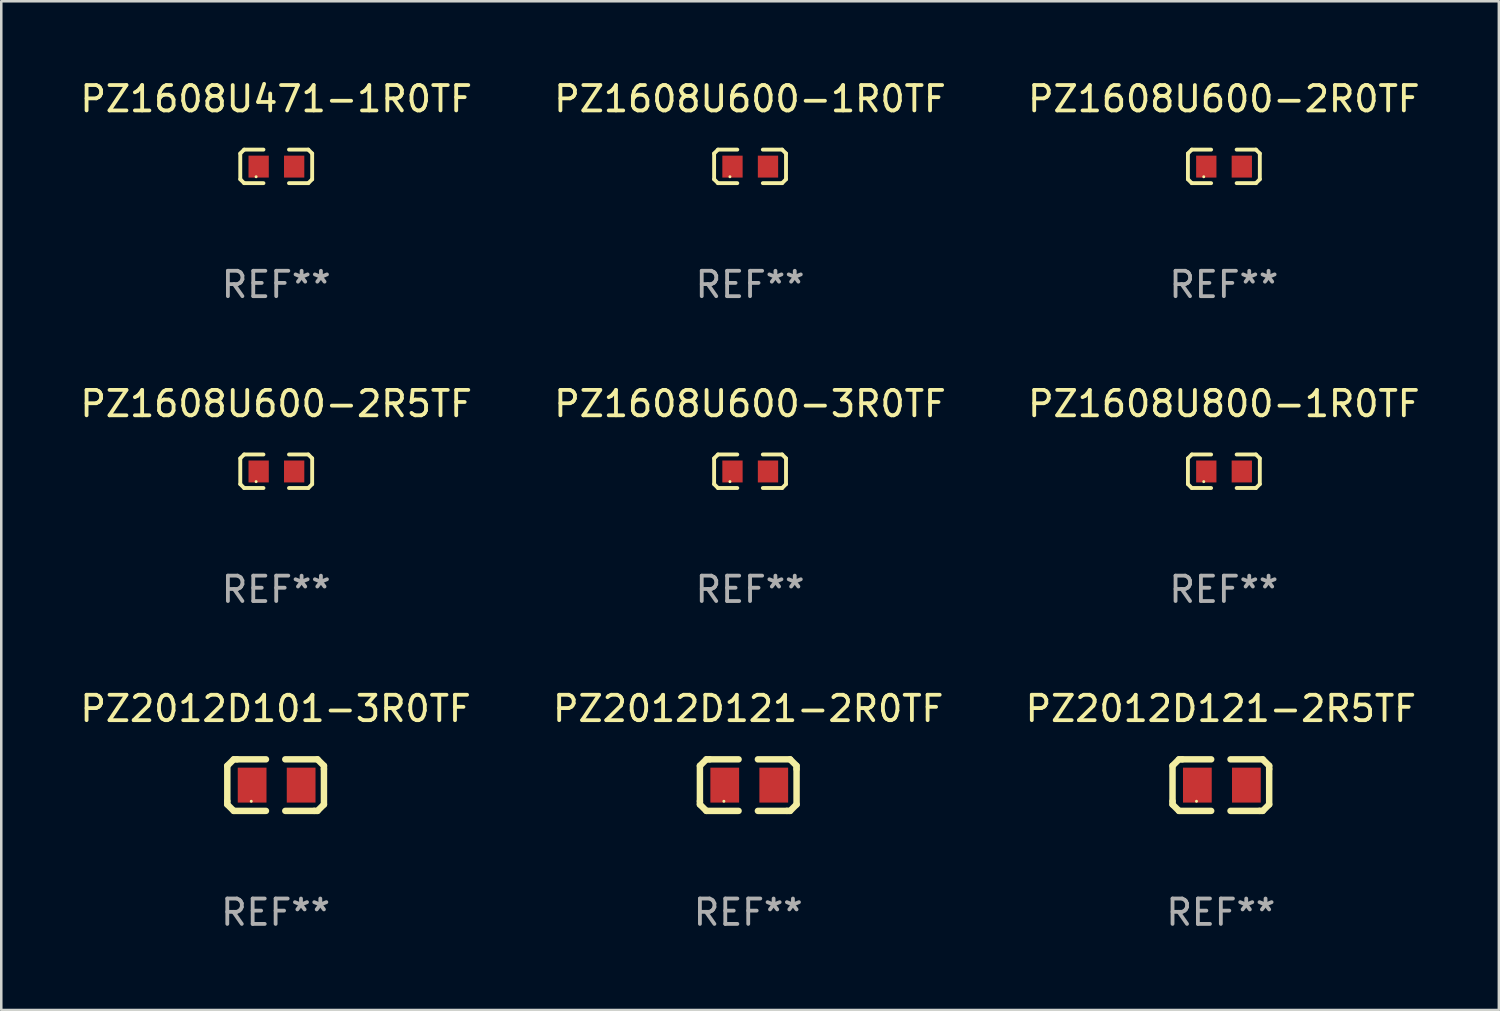
<source format=kicad_pcb>
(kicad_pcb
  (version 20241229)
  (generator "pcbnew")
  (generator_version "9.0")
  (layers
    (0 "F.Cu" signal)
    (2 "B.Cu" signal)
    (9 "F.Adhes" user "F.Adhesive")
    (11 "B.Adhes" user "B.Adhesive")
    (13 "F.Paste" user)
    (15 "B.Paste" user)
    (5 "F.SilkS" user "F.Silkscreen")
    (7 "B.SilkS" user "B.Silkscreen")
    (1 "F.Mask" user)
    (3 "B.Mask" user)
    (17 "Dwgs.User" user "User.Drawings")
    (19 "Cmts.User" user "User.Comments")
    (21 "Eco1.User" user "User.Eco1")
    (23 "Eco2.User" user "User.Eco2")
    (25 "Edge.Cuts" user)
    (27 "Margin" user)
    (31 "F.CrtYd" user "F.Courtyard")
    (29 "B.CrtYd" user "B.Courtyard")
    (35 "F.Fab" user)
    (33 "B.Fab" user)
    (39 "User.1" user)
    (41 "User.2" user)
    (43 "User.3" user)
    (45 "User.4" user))
  (footprint "PZ1608U600-1R0TF"
    (layer "F.Cu")
    (at 26.518 3.509)
    (property "Reference" "PZ1608U600-1R0TF" (at 0 -2.661 0) (layer "F.SilkS") (effects (font (size 1 1) (thickness 0.15))))
    (attr through_hole)
    (fp_line (start -1.417 -0.508) (end -1.265 -0.661) (stroke (width 0.152) (type solid)) (layer "F.SilkS"))
    (fp_line (start -1.417 0.508) (end -1.417 -0.508) (stroke (width 0.152) (type solid)) (layer "F.SilkS"))
    (fp_line (start -1.265 -0.661) (end -0.503 -0.661) (stroke (width 0.152) (type solid)) (layer "F.SilkS"))
    (fp_line (start -1.265 0.661) (end -1.417 0.508) (stroke (width 0.152) (type solid)) (layer "F.SilkS"))
    (fp_line (start -1.265 0.661) (end -0.503 0.661) (stroke (width 0.152) (type solid)) (layer "F.SilkS"))
    (fp_line (start 1.265 -0.661) (end 0.503 -0.661) (stroke (width 0.152) (type solid)) (layer "F.SilkS"))
    (fp_line (start 1.265 -0.661) (end 1.417 -0.508) (stroke (width 0.152) (type solid)) (layer "F.SilkS"))
    (fp_line (start 1.265 0.661) (end 0.503 0.661) (stroke (width 0.152) (type solid)) (layer "F.SilkS"))
    (fp_line (start 1.417 -0.508) (end 1.417 0.508) (stroke (width 0.152) (type solid)) (layer "F.SilkS"))
    (fp_line (start 1.417 0.508) (end 1.265 0.661) (stroke (width 0.152) (type solid)) (layer "F.SilkS"))
    (fp_circle (center -0.793 0.409) (end -0.763 0.409) (stroke (width 0.06) (type solid)) (fill no) (layer "F.SilkS"))
    (fp_text user "REF**" (at 0 4.661 0) (layer "F.Fab") (effects (font (size 1 1) (thickness 0.15))))
    (pad "1" smd rect (at -0.693 0.009 180) (size 0.8 0.864) (layers "F.Cu" "F.Mask" "F.Paste"))
    (pad "2" smd rect (at 0.707 0.009 180) (size 0.8 0.864) (layers "F.Cu" "F.Mask" "F.Paste")))
  (footprint "PZ1608U600-2R0TF"
    (layer "F.Cu")
    (at 45.196 3.509)
    (property "Reference" "PZ1608U600-2R0TF" (at 0 -2.661 0) (layer "F.SilkS") (effects (font (size 1 1) (thickness 0.15))))
    (attr through_hole)
    (fp_line (start -1.417 -0.508) (end -1.265 -0.661) (stroke (width 0.152) (type solid)) (layer "F.SilkS"))
    (fp_line (start -1.417 0.508) (end -1.417 -0.508) (stroke (width 0.152) (type solid)) (layer "F.SilkS"))
    (fp_line (start -1.265 -0.661) (end -0.503 -0.661) (stroke (width 0.152) (type solid)) (layer "F.SilkS"))
    (fp_line (start -1.265 0.661) (end -1.417 0.508) (stroke (width 0.152) (type solid)) (layer "F.SilkS"))
    (fp_line (start -1.265 0.661) (end -0.503 0.661) (stroke (width 0.152) (type solid)) (layer "F.SilkS"))
    (fp_line (start 1.265 -0.661) (end 0.503 -0.661) (stroke (width 0.152) (type solid)) (layer "F.SilkS"))
    (fp_line (start 1.265 -0.661) (end 1.417 -0.508) (stroke (width 0.152) (type solid)) (layer "F.SilkS"))
    (fp_line (start 1.265 0.661) (end 0.503 0.661) (stroke (width 0.152) (type solid)) (layer "F.SilkS"))
    (fp_line (start 1.417 -0.508) (end 1.417 0.508) (stroke (width 0.152) (type solid)) (layer "F.SilkS"))
    (fp_line (start 1.417 0.508) (end 1.265 0.661) (stroke (width 0.152) (type solid)) (layer "F.SilkS"))
    (fp_circle (center -0.793 0.409) (end -0.763 0.409) (stroke (width 0.06) (type solid)) (fill no) (layer "F.SilkS"))
    (fp_text user "REF**" (at 0 4.661 0) (layer "F.Fab") (effects (font (size 1 1) (thickness 0.15))))
    (pad "1" smd rect (at -0.693 0.009 180) (size 0.8 0.864) (layers "F.Cu" "F.Mask" "F.Paste"))
    (pad "2" smd rect (at 0.707 0.009 180) (size 0.8 0.864) (layers "F.Cu" "F.Mask" "F.Paste")))
  (footprint "PZ1608U600-2R5TF"
    (layer "F.Cu")
    (at 7.839 15.527)
    (property "Reference" "PZ1608U600-2R5TF" (at 0 -2.661 0) (layer "F.SilkS") (effects (font (size 1 1) (thickness 0.15))))
    (attr through_hole)
    (fp_line (start -1.417 -0.508) (end -1.265 -0.661) (stroke (width 0.152) (type solid)) (layer "F.SilkS"))
    (fp_line (start -1.417 0.508) (end -1.417 -0.508) (stroke (width 0.152) (type solid)) (layer "F.SilkS"))
    (fp_line (start -1.265 -0.661) (end -0.503 -0.661) (stroke (width 0.152) (type solid)) (layer "F.SilkS"))
    (fp_line (start -1.265 0.661) (end -1.417 0.508) (stroke (width 0.152) (type solid)) (layer "F.SilkS"))
    (fp_line (start -1.265 0.661) (end -0.503 0.661) (stroke (width 0.152) (type solid)) (layer "F.SilkS"))
    (fp_line (start 1.265 -0.661) (end 0.503 -0.661) (stroke (width 0.152) (type solid)) (layer "F.SilkS"))
    (fp_line (start 1.265 -0.661) (end 1.417 -0.508) (stroke (width 0.152) (type solid)) (layer "F.SilkS"))
    (fp_line (start 1.265 0.661) (end 0.503 0.661) (stroke (width 0.152) (type solid)) (layer "F.SilkS"))
    (fp_line (start 1.417 -0.508) (end 1.417 0.508) (stroke (width 0.152) (type solid)) (layer "F.SilkS"))
    (fp_line (start 1.417 0.508) (end 1.265 0.661) (stroke (width 0.152) (type solid)) (layer "F.SilkS"))
    (fp_circle (center -0.793 0.409) (end -0.763 0.409) (stroke (width 0.06) (type solid)) (fill no) (layer "F.SilkS"))
    (fp_text user "REF**" (at 0 4.661 0) (layer "F.Fab") (effects (font (size 1 1) (thickness 0.15))))
    (pad "1" smd rect (at -0.693 0.009 180) (size 0.8 0.864) (layers "F.Cu" "F.Mask" "F.Paste"))
    (pad "2" smd rect (at 0.707 0.009 180) (size 0.8 0.864) (layers "F.Cu" "F.Mask" "F.Paste")))
  (footprint "PZ2012D121-2R5TF"
    (layer "F.Cu")
    (at 45.077 27.9)
    (property "Reference" "PZ2012D121-2R5TF" (at 0 -3.016 0) (layer "F.SilkS") (effects (font (size 1 1) (thickness 0.15))))
    (attr through_hole)
    (fp_line (start -1.905 -0.762) (end -1.905 0.635) (stroke (width 0.254) (type solid)) (layer "F.SilkS"))
    (fp_line (start -1.905 0.635) (end -1.905 0.762) (stroke (width 0.254) (type solid)) (layer "F.SilkS"))
    (fp_line (start -1.905 0.762) (end -1.651 1.016) (stroke (width 0.254) (type solid)) (layer "F.SilkS"))
    (fp_line (start -1.651 -1.016) (end -1.905 -0.762) (stroke (width 0.254) (type solid)) (layer "F.SilkS"))
    (fp_line (start -1.651 1.016) (end -0.381 1.016) (stroke (width 0.254) (type solid)) (layer "F.SilkS"))
    (fp_line (start -1.524 -1.016) (end -1.651 -1.016) (stroke (width 0.254) (type solid)) (layer "F.SilkS"))
    (fp_line (start -0.381 -1.016) (end -1.524 -1.016) (stroke (width 0.254) (type solid)) (layer "F.SilkS"))
    (fp_line (start 0.381 1.016) (end 1.524 1.016) (stroke (width 0.254) (type solid)) (layer "F.SilkS"))
    (fp_line (start 1.524 1.016) (end 1.651 1.016) (stroke (width 0.254) (type solid)) (layer "F.SilkS"))
    (fp_line (start 1.651 -1.016) (end 0.381 -1.016) (stroke (width 0.254) (type solid)) (layer "F.SilkS"))
    (fp_line (start 1.651 1.016) (end 1.905 0.762) (stroke (width 0.254) (type solid)) (layer "F.SilkS"))
    (fp_line (start 1.905 -0.762) (end 1.651 -1.016) (stroke (width 0.254) (type solid)) (layer "F.SilkS"))
    (fp_line (start 1.905 -0.635) (end 1.905 -0.762) (stroke (width 0.254) (type solid)) (layer "F.SilkS"))
    (fp_line (start 1.905 0.762) (end 1.905 -0.635) (stroke (width 0.254) (type solid)) (layer "F.SilkS"))
    (fp_circle (center -0.96 0.637) (end -0.93 0.637) (stroke (width 0.06) (type solid)) (fill no) (layer "F.SilkS"))
    (fp_text user "REF**" (at 0 5.016 0) (layer "F.Fab") (effects (font (size 1 1) (thickness 0.15))))
    (pad "1" smd rect (at -0.926 -0.000051) (size 1.133 1.377) (layers "F.Cu" "F.Mask" "F.Paste"))
    (pad "2" smd rect (at 1.006 -0.000051) (size 1.133 1.377) (layers "F.Cu" "F.Mask" "F.Paste")))
  (footprint "PZ1608U600-3R0TF"
    (layer "F.Cu")
    (at 26.518 15.527)
    (property "Reference" "PZ1608U600-3R0TF" (at 0 -2.661 0) (layer "F.SilkS") (effects (font (size 1 1) (thickness 0.15))))
    (attr through_hole)
    (fp_line (start -1.417 -0.508) (end -1.265 -0.661) (stroke (width 0.152) (type solid)) (layer "F.SilkS"))
    (fp_line (start -1.417 0.508) (end -1.417 -0.508) (stroke (width 0.152) (type solid)) (layer "F.SilkS"))
    (fp_line (start -1.265 -0.661) (end -0.503 -0.661) (stroke (width 0.152) (type solid)) (layer "F.SilkS"))
    (fp_line (start -1.265 0.661) (end -1.417 0.508) (stroke (width 0.152) (type solid)) (layer "F.SilkS"))
    (fp_line (start -1.265 0.661) (end -0.503 0.661) (stroke (width 0.152) (type solid)) (layer "F.SilkS"))
    (fp_line (start 1.265 -0.661) (end 0.503 -0.661) (stroke (width 0.152) (type solid)) (layer "F.SilkS"))
    (fp_line (start 1.265 -0.661) (end 1.417 -0.508) (stroke (width 0.152) (type solid)) (layer "F.SilkS"))
    (fp_line (start 1.265 0.661) (end 0.503 0.661) (stroke (width 0.152) (type solid)) (layer "F.SilkS"))
    (fp_line (start 1.417 -0.508) (end 1.417 0.508) (stroke (width 0.152) (type solid)) (layer "F.SilkS"))
    (fp_line (start 1.417 0.508) (end 1.265 0.661) (stroke (width 0.152) (type solid)) (layer "F.SilkS"))
    (fp_circle (center -0.793 0.409) (end -0.763 0.409) (stroke (width 0.06) (type solid)) (fill no) (layer "F.SilkS"))
    (fp_text user "REF**" (at 0 4.661 0) (layer "F.Fab") (effects (font (size 1 1) (thickness 0.15))))
    (pad "1" smd rect (at -0.693 0.009 180) (size 0.8 0.864) (layers "F.Cu" "F.Mask" "F.Paste"))
    (pad "2" smd rect (at 0.707 0.009 180) (size 0.8 0.864) (layers "F.Cu" "F.Mask" "F.Paste")))
  (footprint "PZ1608U471-1R0TF"
    (layer "F.Cu")
    (at 7.839 3.509)
    (property "Reference" "PZ1608U471-1R0TF" (at 0 -2.661 0) (layer "F.SilkS") (effects (font (size 1 1) (thickness 0.15))))
    (attr through_hole)
    (fp_line (start -1.417 -0.508) (end -1.265 -0.661) (stroke (width 0.152) (type solid)) (layer "F.SilkS"))
    (fp_line (start -1.417 0.508) (end -1.417 -0.508) (stroke (width 0.152) (type solid)) (layer "F.SilkS"))
    (fp_line (start -1.265 -0.661) (end -0.503 -0.661) (stroke (width 0.152) (type solid)) (layer "F.SilkS"))
    (fp_line (start -1.265 0.661) (end -1.417 0.508) (stroke (width 0.152) (type solid)) (layer "F.SilkS"))
    (fp_line (start -1.265 0.661) (end -0.503 0.661) (stroke (width 0.152) (type solid)) (layer "F.SilkS"))
    (fp_line (start 1.265 -0.661) (end 0.503 -0.661) (stroke (width 0.152) (type solid)) (layer "F.SilkS"))
    (fp_line (start 1.265 -0.661) (end 1.417 -0.508) (stroke (width 0.152) (type solid)) (layer "F.SilkS"))
    (fp_line (start 1.265 0.661) (end 0.503 0.661) (stroke (width 0.152) (type solid)) (layer "F.SilkS"))
    (fp_line (start 1.417 -0.508) (end 1.417 0.508) (stroke (width 0.152) (type solid)) (layer "F.SilkS"))
    (fp_line (start 1.417 0.508) (end 1.265 0.661) (stroke (width 0.152) (type solid)) (layer "F.SilkS"))
    (fp_circle (center -0.793 0.409) (end -0.763 0.409) (stroke (width 0.06) (type solid)) (fill no) (layer "F.SilkS"))
    (fp_text user "REF**" (at 0 4.661 0) (layer "F.Fab") (effects (font (size 1 1) (thickness 0.15))))
    (pad "1" smd rect (at -0.693 0.009 180) (size 0.8 0.864) (layers "F.Cu" "F.Mask" "F.Paste"))
    (pad "2" smd rect (at 0.707 0.009 180) (size 0.8 0.864) (layers "F.Cu" "F.Mask" "F.Paste")))
  (footprint "PZ2012D101-3R0TF"
    (layer "F.Cu")
    (at 7.815 27.9)
    (property "Reference" "PZ2012D101-3R0TF" (at 0 -3.016 0) (layer "F.SilkS") (effects (font (size 1 1) (thickness 0.15))))
    (attr through_hole)
    (fp_line (start -1.905 -0.762) (end -1.905 0.635) (stroke (width 0.254) (type solid)) (layer "F.SilkS"))
    (fp_line (start -1.905 0.635) (end -1.905 0.762) (stroke (width 0.254) (type solid)) (layer "F.SilkS"))
    (fp_line (start -1.905 0.762) (end -1.651 1.016) (stroke (width 0.254) (type solid)) (layer "F.SilkS"))
    (fp_line (start -1.651 -1.016) (end -1.905 -0.762) (stroke (width 0.254) (type solid)) (layer "F.SilkS"))
    (fp_line (start -1.651 1.016) (end -0.381 1.016) (stroke (width 0.254) (type solid)) (layer "F.SilkS"))
    (fp_line (start -1.524 -1.016) (end -1.651 -1.016) (stroke (width 0.254) (type solid)) (layer "F.SilkS"))
    (fp_line (start -0.381 -1.016) (end -1.524 -1.016) (stroke (width 0.254) (type solid)) (layer "F.SilkS"))
    (fp_line (start 0.381 1.016) (end 1.524 1.016) (stroke (width 0.254) (type solid)) (layer "F.SilkS"))
    (fp_line (start 1.524 1.016) (end 1.651 1.016) (stroke (width 0.254) (type solid)) (layer "F.SilkS"))
    (fp_line (start 1.651 -1.016) (end 0.381 -1.016) (stroke (width 0.254) (type solid)) (layer "F.SilkS"))
    (fp_line (start 1.651 1.016) (end 1.905 0.762) (stroke (width 0.254) (type solid)) (layer "F.SilkS"))
    (fp_line (start 1.905 -0.762) (end 1.651 -1.016) (stroke (width 0.254) (type solid)) (layer "F.SilkS"))
    (fp_line (start 1.905 -0.635) (end 1.905 -0.762) (stroke (width 0.254) (type solid)) (layer "F.SilkS"))
    (fp_line (start 1.905 0.762) (end 1.905 -0.635) (stroke (width 0.254) (type solid)) (layer "F.SilkS"))
    (fp_circle (center -0.96 0.637) (end -0.93 0.637) (stroke (width 0.06) (type solid)) (fill no) (layer "F.SilkS"))
    (fp_text user "REF**" (at 0 5.016 0) (layer "F.Fab") (effects (font (size 1 1) (thickness 0.15))))
    (pad "1" smd rect (at -0.926 -0.000051) (size 1.133 1.377) (layers "F.Cu" "F.Mask" "F.Paste"))
    (pad "2" smd rect (at 1.006 -0.000051) (size 1.133 1.377) (layers "F.Cu" "F.Mask" "F.Paste")))
  (footprint "PZ2012D121-2R0TF"
    (layer "F.Cu")
    (at 26.446 27.9)
    (property "Reference" "PZ2012D121-2R0TF" (at 0 -3.016 0) (layer "F.SilkS") (effects (font (size 1 1) (thickness 0.15))))
    (attr through_hole)
    (fp_line (start -1.905 -0.762) (end -1.905 0.635) (stroke (width 0.254) (type solid)) (layer "F.SilkS"))
    (fp_line (start -1.905 0.635) (end -1.905 0.762) (stroke (width 0.254) (type solid)) (layer "F.SilkS"))
    (fp_line (start -1.905 0.762) (end -1.651 1.016) (stroke (width 0.254) (type solid)) (layer "F.SilkS"))
    (fp_line (start -1.651 -1.016) (end -1.905 -0.762) (stroke (width 0.254) (type solid)) (layer "F.SilkS"))
    (fp_line (start -1.651 1.016) (end -0.381 1.016) (stroke (width 0.254) (type solid)) (layer "F.SilkS"))
    (fp_line (start -1.524 -1.016) (end -1.651 -1.016) (stroke (width 0.254) (type solid)) (layer "F.SilkS"))
    (fp_line (start -0.381 -1.016) (end -1.524 -1.016) (stroke (width 0.254) (type solid)) (layer "F.SilkS"))
    (fp_line (start 0.381 1.016) (end 1.524 1.016) (stroke (width 0.254) (type solid)) (layer "F.SilkS"))
    (fp_line (start 1.524 1.016) (end 1.651 1.016) (stroke (width 0.254) (type solid)) (layer "F.SilkS"))
    (fp_line (start 1.651 -1.016) (end 0.381 -1.016) (stroke (width 0.254) (type solid)) (layer "F.SilkS"))
    (fp_line (start 1.651 1.016) (end 1.905 0.762) (stroke (width 0.254) (type solid)) (layer "F.SilkS"))
    (fp_line (start 1.905 -0.762) (end 1.651 -1.016) (stroke (width 0.254) (type solid)) (layer "F.SilkS"))
    (fp_line (start 1.905 -0.635) (end 1.905 -0.762) (stroke (width 0.254) (type solid)) (layer "F.SilkS"))
    (fp_line (start 1.905 0.762) (end 1.905 -0.635) (stroke (width 0.254) (type solid)) (layer "F.SilkS"))
    (fp_circle (center -0.96 0.637) (end -0.93 0.637) (stroke (width 0.06) (type solid)) (fill no) (layer "F.SilkS"))
    (fp_text user "REF**" (at 0 5.016 0) (layer "F.Fab") (effects (font (size 1 1) (thickness 0.15))))
    (pad "1" smd rect (at -0.926 -0.000051) (size 1.133 1.377) (layers "F.Cu" "F.Mask" "F.Paste"))
    (pad "2" smd rect (at 1.006 -0.000051) (size 1.133 1.377) (layers "F.Cu" "F.Mask" "F.Paste")))
  (footprint "PZ1608U800-1R0TF"
    (layer "F.Cu")
    (at 45.196 15.527)
    (property "Reference" "PZ1608U800-1R0TF" (at 0 -2.661 0) (layer "F.SilkS") (effects (font (size 1 1) (thickness 0.15))))
    (attr through_hole)
    (fp_line (start -1.417 -0.508) (end -1.265 -0.661) (stroke (width 0.152) (type solid)) (layer "F.SilkS"))
    (fp_line (start -1.417 0.508) (end -1.417 -0.508) (stroke (width 0.152) (type solid)) (layer "F.SilkS"))
    (fp_line (start -1.265 -0.661) (end -0.503 -0.661) (stroke (width 0.152) (type solid)) (layer "F.SilkS"))
    (fp_line (start -1.265 0.661) (end -1.417 0.508) (stroke (width 0.152) (type solid)) (layer "F.SilkS"))
    (fp_line (start -1.265 0.661) (end -0.503 0.661) (stroke (width 0.152) (type solid)) (layer "F.SilkS"))
    (fp_line (start 1.265 -0.661) (end 0.503 -0.661) (stroke (width 0.152) (type solid)) (layer "F.SilkS"))
    (fp_line (start 1.265 -0.661) (end 1.417 -0.508) (stroke (width 0.152) (type solid)) (layer "F.SilkS"))
    (fp_line (start 1.265 0.661) (end 0.503 0.661) (stroke (width 0.152) (type solid)) (layer "F.SilkS"))
    (fp_line (start 1.417 -0.508) (end 1.417 0.508) (stroke (width 0.152) (type solid)) (layer "F.SilkS"))
    (fp_line (start 1.417 0.508) (end 1.265 0.661) (stroke (width 0.152) (type solid)) (layer "F.SilkS"))
    (fp_circle (center -0.793 0.409) (end -0.763 0.409) (stroke (width 0.06) (type solid)) (fill no) (layer "F.SilkS"))
    (fp_text user "REF**" (at 0 4.661 0) (layer "F.Fab") (effects (font (size 1 1) (thickness 0.15))))
    (pad "1" smd rect (at -0.693 0.009 180) (size 0.8 0.864) (layers "F.Cu" "F.Mask" "F.Paste"))
    (pad "2" smd rect (at 0.707 0.009 180) (size 0.8 0.864) (layers "F.Cu" "F.Mask" "F.Paste")))
  (gr_rect
    (start -3 -3)
    (end 56.036 36.764)
    (stroke (width 0.1) (type default))
    (fill no)
    (layer "Edge.Cuts")))
</source>
